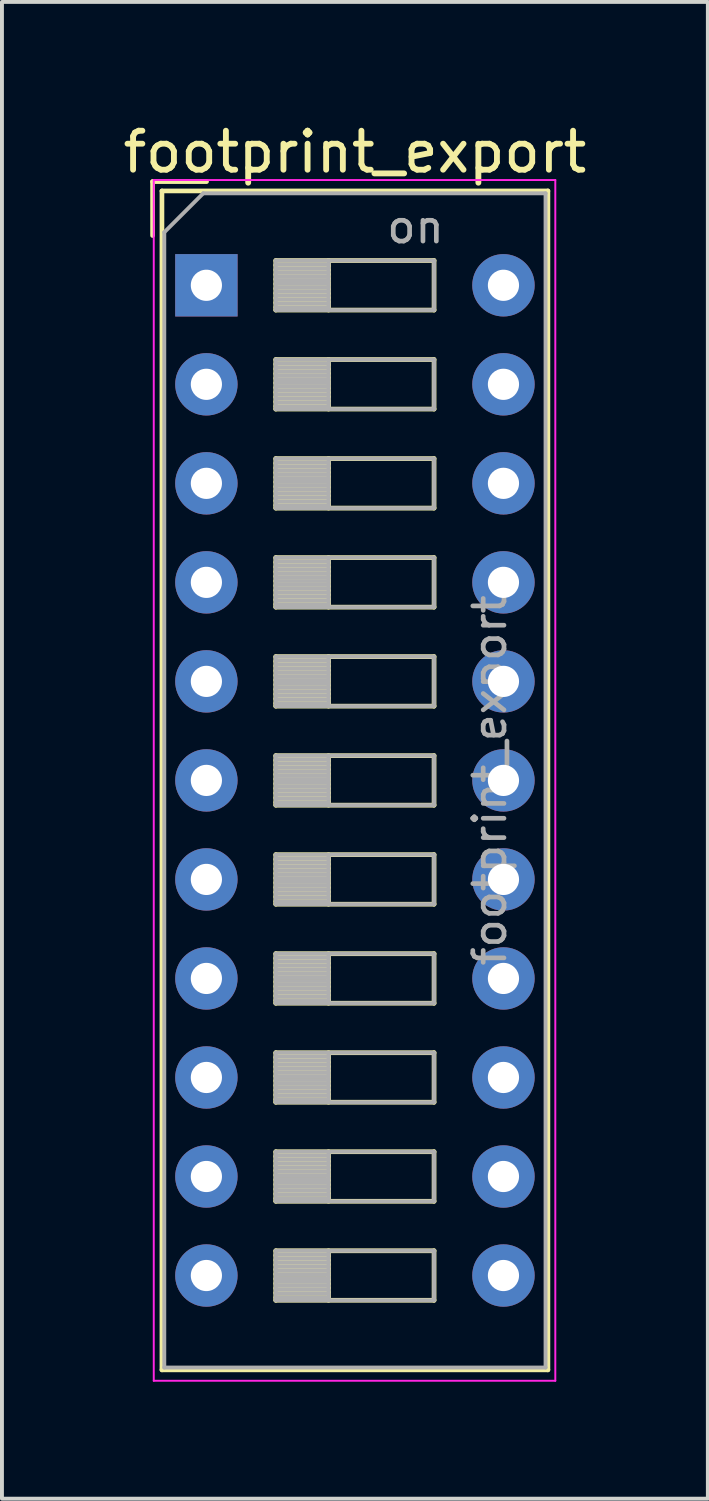
<source format=kicad_pcb>
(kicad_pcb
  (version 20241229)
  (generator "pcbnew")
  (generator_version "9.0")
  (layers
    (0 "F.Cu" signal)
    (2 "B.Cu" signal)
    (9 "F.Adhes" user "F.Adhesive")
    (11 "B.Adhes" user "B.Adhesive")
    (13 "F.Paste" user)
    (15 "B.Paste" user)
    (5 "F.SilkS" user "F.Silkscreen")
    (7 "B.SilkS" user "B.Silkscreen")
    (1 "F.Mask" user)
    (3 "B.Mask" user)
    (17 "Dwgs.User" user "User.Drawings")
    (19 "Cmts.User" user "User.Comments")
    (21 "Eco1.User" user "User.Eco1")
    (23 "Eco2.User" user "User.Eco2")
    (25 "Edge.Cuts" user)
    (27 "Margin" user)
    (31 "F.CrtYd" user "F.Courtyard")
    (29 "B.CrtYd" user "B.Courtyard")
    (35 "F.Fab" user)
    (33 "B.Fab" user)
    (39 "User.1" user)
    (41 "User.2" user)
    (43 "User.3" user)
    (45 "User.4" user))
  (footprint "footprint_export"
    (layer "F.Cu")
    (at 2.244 4.268)
    (property "Reference" "footprint_export" (at 3.81 -3.42 0) (layer "F.SilkS") (effects (font (size 1 1) (thickness 0.15))))
    (attr through_hole)
    (fp_line (start -1.38 -2.66) (end -1.38 -1.277) (stroke (width 0.12) (type solid)) (layer "F.SilkS"))
    (fp_line (start -1.38 -2.66) (end 0.004 -2.66) (stroke (width 0.12) (type solid)) (layer "F.SilkS"))
    (fp_line (start -1.14 -2.42) (end -1.14 27.82) (stroke (width 0.12) (type solid)) (layer "F.SilkS"))
    (fp_line (start -1.14 -2.42) (end 8.76 -2.42) (stroke (width 0.12) (type solid)) (layer "F.SilkS"))
    (fp_line (start -1.14 27.82) (end 8.76 27.82) (stroke (width 0.12) (type solid)) (layer "F.SilkS"))
    (fp_line (start 1.78 -0.635) (end 1.78 0.635) (stroke (width 0.12) (type solid)) (layer "F.SilkS"))
    (fp_line (start 1.78 -0.515) (end 3.133 -0.515) (stroke (width 0.12) (type solid)) (layer "F.SilkS"))
    (fp_line (start 1.78 -0.395) (end 3.133 -0.395) (stroke (width 0.12) (type solid)) (layer "F.SilkS"))
    (fp_line (start 1.78 -0.275) (end 3.133 -0.275) (stroke (width 0.12) (type solid)) (layer "F.SilkS"))
    (fp_line (start 1.78 -0.155) (end 3.133 -0.155) (stroke (width 0.12) (type solid)) (layer "F.SilkS"))
    (fp_line (start 1.78 -0.035) (end 3.133 -0.035) (stroke (width 0.12) (type solid)) (layer "F.SilkS"))
    (fp_line (start 1.78 0.085) (end 3.133 0.085) (stroke (width 0.12) (type solid)) (layer "F.SilkS"))
    (fp_line (start 1.78 0.205) (end 3.133 0.205) (stroke (width 0.12) (type solid)) (layer "F.SilkS"))
    (fp_line (start 1.78 0.325) (end 3.133 0.325) (stroke (width 0.12) (type solid)) (layer "F.SilkS"))
    (fp_line (start 1.78 0.445) (end 3.133 0.445) (stroke (width 0.12) (type solid)) (layer "F.SilkS"))
    (fp_line (start 1.78 0.565) (end 3.133 0.565) (stroke (width 0.12) (type solid)) (layer "F.SilkS"))
    (fp_line (start 1.78 0.635) (end 5.84 0.635) (stroke (width 0.12) (type solid)) (layer "F.SilkS"))
    (fp_line (start 1.78 1.905) (end 1.78 3.175) (stroke (width 0.12) (type solid)) (layer "F.SilkS"))
    (fp_line (start 1.78 2.025) (end 3.133 2.025) (stroke (width 0.12) (type solid)) (layer "F.SilkS"))
    (fp_line (start 1.78 2.145) (end 3.133 2.145) (stroke (width 0.12) (type solid)) (layer "F.SilkS"))
    (fp_line (start 1.78 2.265) (end 3.133 2.265) (stroke (width 0.12) (type solid)) (layer "F.SilkS"))
    (fp_line (start 1.78 2.385) (end 3.133 2.385) (stroke (width 0.12) (type solid)) (layer "F.SilkS"))
    (fp_line (start 1.78 2.505) (end 3.133 2.505) (stroke (width 0.12) (type solid)) (layer "F.SilkS"))
    (fp_line (start 1.78 2.625) (end 3.133 2.625) (stroke (width 0.12) (type solid)) (layer "F.SilkS"))
    (fp_line (start 1.78 2.745) (end 3.133 2.745) (stroke (width 0.12) (type solid)) (layer "F.SilkS"))
    (fp_line (start 1.78 2.865) (end 3.133 2.865) (stroke (width 0.12) (type solid)) (layer "F.SilkS"))
    (fp_line (start 1.78 2.985) (end 3.133 2.985) (stroke (width 0.12) (type solid)) (layer "F.SilkS"))
    (fp_line (start 1.78 3.105) (end 3.133 3.105) (stroke (width 0.12) (type solid)) (layer "F.SilkS"))
    (fp_line (start 1.78 3.175) (end 5.84 3.175) (stroke (width 0.12) (type solid)) (layer "F.SilkS"))
    (fp_line (start 1.78 4.445) (end 1.78 5.715) (stroke (width 0.12) (type solid)) (layer "F.SilkS"))
    (fp_line (start 1.78 4.565) (end 3.133 4.565) (stroke (width 0.12) (type solid)) (layer "F.SilkS"))
    (fp_line (start 1.78 4.685) (end 3.133 4.685) (stroke (width 0.12) (type solid)) (layer "F.SilkS"))
    (fp_line (start 1.78 4.805) (end 3.133 4.805) (stroke (width 0.12) (type solid)) (layer "F.SilkS"))
    (fp_line (start 1.78 4.925) (end 3.133 4.925) (stroke (width 0.12) (type solid)) (layer "F.SilkS"))
    (fp_line (start 1.78 5.045) (end 3.133 5.045) (stroke (width 0.12) (type solid)) (layer "F.SilkS"))
    (fp_line (start 1.78 5.165) (end 3.133 5.165) (stroke (width 0.12) (type solid)) (layer "F.SilkS"))
    (fp_line (start 1.78 5.285) (end 3.133 5.285) (stroke (width 0.12) (type solid)) (layer "F.SilkS"))
    (fp_line (start 1.78 5.405) (end 3.133 5.405) (stroke (width 0.12) (type solid)) (layer "F.SilkS"))
    (fp_line (start 1.78 5.525) (end 3.133 5.525) (stroke (width 0.12) (type solid)) (layer "F.SilkS"))
    (fp_line (start 1.78 5.645) (end 3.133 5.645) (stroke (width 0.12) (type solid)) (layer "F.SilkS"))
    (fp_line (start 1.78 5.715) (end 5.84 5.715) (stroke (width 0.12) (type solid)) (layer "F.SilkS"))
    (fp_line (start 1.78 6.985) (end 1.78 8.255) (stroke (width 0.12) (type solid)) (layer "F.SilkS"))
    (fp_line (start 1.78 7.105) (end 3.133 7.105) (stroke (width 0.12) (type solid)) (layer "F.SilkS"))
    (fp_line (start 1.78 7.225) (end 3.133 7.225) (stroke (width 0.12) (type solid)) (layer "F.SilkS"))
    (fp_line (start 1.78 7.345) (end 3.133 7.345) (stroke (width 0.12) (type solid)) (layer "F.SilkS"))
    (fp_line (start 1.78 7.465) (end 3.133 7.465) (stroke (width 0.12) (type solid)) (layer "F.SilkS"))
    (fp_line (start 1.78 7.585) (end 3.133 7.585) (stroke (width 0.12) (type solid)) (layer "F.SilkS"))
    (fp_line (start 1.78 7.705) (end 3.133 7.705) (stroke (width 0.12) (type solid)) (layer "F.SilkS"))
    (fp_line (start 1.78 7.825) (end 3.133 7.825) (stroke (width 0.12) (type solid)) (layer "F.SilkS"))
    (fp_line (start 1.78 7.945) (end 3.133 7.945) (stroke (width 0.12) (type solid)) (layer "F.SilkS"))
    (fp_line (start 1.78 8.065) (end 3.133 8.065) (stroke (width 0.12) (type solid)) (layer "F.SilkS"))
    (fp_line (start 1.78 8.185) (end 3.133 8.185) (stroke (width 0.12) (type solid)) (layer "F.SilkS"))
    (fp_line (start 1.78 8.255) (end 5.84 8.255) (stroke (width 0.12) (type solid)) (layer "F.SilkS"))
    (fp_line (start 1.78 9.525) (end 1.78 10.795) (stroke (width 0.12) (type solid)) (layer "F.SilkS"))
    (fp_line (start 1.78 9.645) (end 3.133 9.645) (stroke (width 0.12) (type solid)) (layer "F.SilkS"))
    (fp_line (start 1.78 9.765) (end 3.133 9.765) (stroke (width 0.12) (type solid)) (layer "F.SilkS"))
    (fp_line (start 1.78 9.885) (end 3.133 9.885) (stroke (width 0.12) (type solid)) (layer "F.SilkS"))
    (fp_line (start 1.78 10.005) (end 3.133 10.005) (stroke (width 0.12) (type solid)) (layer "F.SilkS"))
    (fp_line (start 1.78 10.125) (end 3.133 10.125) (stroke (width 0.12) (type solid)) (layer "F.SilkS"))
    (fp_line (start 1.78 10.245) (end 3.133 10.245) (stroke (width 0.12) (type solid)) (layer "F.SilkS"))
    (fp_line (start 1.78 10.365) (end 3.133 10.365) (stroke (width 0.12) (type solid)) (layer "F.SilkS"))
    (fp_line (start 1.78 10.485) (end 3.133 10.485) (stroke (width 0.12) (type solid)) (layer "F.SilkS"))
    (fp_line (start 1.78 10.605) (end 3.133 10.605) (stroke (width 0.12) (type solid)) (layer "F.SilkS"))
    (fp_line (start 1.78 10.725) (end 3.133 10.725) (stroke (width 0.12) (type solid)) (layer "F.SilkS"))
    (fp_line (start 1.78 10.795) (end 5.84 10.795) (stroke (width 0.12) (type solid)) (layer "F.SilkS"))
    (fp_line (start 1.78 12.065) (end 1.78 13.335) (stroke (width 0.12) (type solid)) (layer "F.SilkS"))
    (fp_line (start 1.78 12.185) (end 3.133 12.185) (stroke (width 0.12) (type solid)) (layer "F.SilkS"))
    (fp_line (start 1.78 12.305) (end 3.133 12.305) (stroke (width 0.12) (type solid)) (layer "F.SilkS"))
    (fp_line (start 1.78 12.425) (end 3.133 12.425) (stroke (width 0.12) (type solid)) (layer "F.SilkS"))
    (fp_line (start 1.78 12.545) (end 3.133 12.545) (stroke (width 0.12) (type solid)) (layer "F.SilkS"))
    (fp_line (start 1.78 12.665) (end 3.133 12.665) (stroke (width 0.12) (type solid)) (layer "F.SilkS"))
    (fp_line (start 1.78 12.785) (end 3.133 12.785) (stroke (width 0.12) (type solid)) (layer "F.SilkS"))
    (fp_line (start 1.78 12.905) (end 3.133 12.905) (stroke (width 0.12) (type solid)) (layer "F.SilkS"))
    (fp_line (start 1.78 13.025) (end 3.133 13.025) (stroke (width 0.12) (type solid)) (layer "F.SilkS"))
    (fp_line (start 1.78 13.145) (end 3.133 13.145) (stroke (width 0.12) (type solid)) (layer "F.SilkS"))
    (fp_line (start 1.78 13.265) (end 3.133 13.265) (stroke (width 0.12) (type solid)) (layer "F.SilkS"))
    (fp_line (start 1.78 13.335) (end 5.84 13.335) (stroke (width 0.12) (type solid)) (layer "F.SilkS"))
    (fp_line (start 1.78 14.605) (end 1.78 15.875) (stroke (width 0.12) (type solid)) (layer "F.SilkS"))
    (fp_line (start 1.78 14.725) (end 3.133 14.725) (stroke (width 0.12) (type solid)) (layer "F.SilkS"))
    (fp_line (start 1.78 14.845) (end 3.133 14.845) (stroke (width 0.12) (type solid)) (layer "F.SilkS"))
    (fp_line (start 1.78 14.965) (end 3.133 14.965) (stroke (width 0.12) (type solid)) (layer "F.SilkS"))
    (fp_line (start 1.78 15.085) (end 3.133 15.085) (stroke (width 0.12) (type solid)) (layer "F.SilkS"))
    (fp_line (start 1.78 15.205) (end 3.133 15.205) (stroke (width 0.12) (type solid)) (layer "F.SilkS"))
    (fp_line (start 1.78 15.325) (end 3.133 15.325) (stroke (width 0.12) (type solid)) (layer "F.SilkS"))
    (fp_line (start 1.78 15.445) (end 3.133 15.445) (stroke (width 0.12) (type solid)) (layer "F.SilkS"))
    (fp_line (start 1.78 15.565) (end 3.133 15.565) (stroke (width 0.12) (type solid)) (layer "F.SilkS"))
    (fp_line (start 1.78 15.685) (end 3.133 15.685) (stroke (width 0.12) (type solid)) (layer "F.SilkS"))
    (fp_line (start 1.78 15.805) (end 3.133 15.805) (stroke (width 0.12) (type solid)) (layer "F.SilkS"))
    (fp_line (start 1.78 15.875) (end 5.84 15.875) (stroke (width 0.12) (type solid)) (layer "F.SilkS"))
    (fp_line (start 1.78 17.145) (end 1.78 18.415) (stroke (width 0.12) (type solid)) (layer "F.SilkS"))
    (fp_line (start 1.78 17.265) (end 3.133 17.265) (stroke (width 0.12) (type solid)) (layer "F.SilkS"))
    (fp_line (start 1.78 17.385) (end 3.133 17.385) (stroke (width 0.12) (type solid)) (layer "F.SilkS"))
    (fp_line (start 1.78 17.505) (end 3.133 17.505) (stroke (width 0.12) (type solid)) (layer "F.SilkS"))
    (fp_line (start 1.78 17.625) (end 3.133 17.625) (stroke (width 0.12) (type solid)) (layer "F.SilkS"))
    (fp_line (start 1.78 17.745) (end 3.133 17.745) (stroke (width 0.12) (type solid)) (layer "F.SilkS"))
    (fp_line (start 1.78 17.865) (end 3.133 17.865) (stroke (width 0.12) (type solid)) (layer "F.SilkS"))
    (fp_line (start 1.78 17.985) (end 3.133 17.985) (stroke (width 0.12) (type solid)) (layer "F.SilkS"))
    (fp_line (start 1.78 18.105) (end 3.133 18.105) (stroke (width 0.12) (type solid)) (layer "F.SilkS"))
    (fp_line (start 1.78 18.225) (end 3.133 18.225) (stroke (width 0.12) (type solid)) (layer "F.SilkS"))
    (fp_line (start 1.78 18.345) (end 3.133 18.345) (stroke (width 0.12) (type solid)) (layer "F.SilkS"))
    (fp_line (start 1.78 18.415) (end 5.84 18.415) (stroke (width 0.12) (type solid)) (layer "F.SilkS"))
    (fp_line (start 1.78 19.685) (end 1.78 20.955) (stroke (width 0.12) (type solid)) (layer "F.SilkS"))
    (fp_line (start 1.78 19.805) (end 3.133 19.805) (stroke (width 0.12) (type solid)) (layer "F.SilkS"))
    (fp_line (start 1.78 19.925) (end 3.133 19.925) (stroke (width 0.12) (type solid)) (layer "F.SilkS"))
    (fp_line (start 1.78 20.045) (end 3.133 20.045) (stroke (width 0.12) (type solid)) (layer "F.SilkS"))
    (fp_line (start 1.78 20.165) (end 3.133 20.165) (stroke (width 0.12) (type solid)) (layer "F.SilkS"))
    (fp_line (start 1.78 20.285) (end 3.133 20.285) (stroke (width 0.12) (type solid)) (layer "F.SilkS"))
    (fp_line (start 1.78 20.405) (end 3.133 20.405) (stroke (width 0.12) (type solid)) (layer "F.SilkS"))
    (fp_line (start 1.78 20.525) (end 3.133 20.525) (stroke (width 0.12) (type solid)) (layer "F.SilkS"))
    (fp_line (start 1.78 20.645) (end 3.133 20.645) (stroke (width 0.12) (type solid)) (layer "F.SilkS"))
    (fp_line (start 1.78 20.765) (end 3.133 20.765) (stroke (width 0.12) (type solid)) (layer "F.SilkS"))
    (fp_line (start 1.78 20.885) (end 3.133 20.885) (stroke (width 0.12) (type solid)) (layer "F.SilkS"))
    (fp_line (start 1.78 20.955) (end 5.84 20.955) (stroke (width 0.12) (type solid)) (layer "F.SilkS"))
    (fp_line (start 1.78 22.225) (end 1.78 23.495) (stroke (width 0.12) (type solid)) (layer "F.SilkS"))
    (fp_line (start 1.78 22.345) (end 3.133 22.345) (stroke (width 0.12) (type solid)) (layer "F.SilkS"))
    (fp_line (start 1.78 22.465) (end 3.133 22.465) (stroke (width 0.12) (type solid)) (layer "F.SilkS"))
    (fp_line (start 1.78 22.585) (end 3.133 22.585) (stroke (width 0.12) (type solid)) (layer "F.SilkS"))
    (fp_line (start 1.78 22.705) (end 3.133 22.705) (stroke (width 0.12) (type solid)) (layer "F.SilkS"))
    (fp_line (start 1.78 22.825) (end 3.133 22.825) (stroke (width 0.12) (type solid)) (layer "F.SilkS"))
    (fp_line (start 1.78 22.945) (end 3.133 22.945) (stroke (width 0.12) (type solid)) (layer "F.SilkS"))
    (fp_line (start 1.78 23.065) (end 3.133 23.065) (stroke (width 0.12) (type solid)) (layer "F.SilkS"))
    (fp_line (start 1.78 23.185) (end 3.133 23.185) (stroke (width 0.12) (type solid)) (layer "F.SilkS"))
    (fp_line (start 1.78 23.305) (end 3.133 23.305) (stroke (width 0.12) (type solid)) (layer "F.SilkS"))
    (fp_line (start 1.78 23.425) (end 3.133 23.425) (stroke (width 0.12) (type solid)) (layer "F.SilkS"))
    (fp_line (start 1.78 23.495) (end 5.84 23.495) (stroke (width 0.12) (type solid)) (layer "F.SilkS"))
    (fp_line (start 1.78 24.765) (end 1.78 26.035) (stroke (width 0.12) (type solid)) (layer "F.SilkS"))
    (fp_line (start 1.78 24.885) (end 3.133 24.885) (stroke (width 0.12) (type solid)) (layer "F.SilkS"))
    (fp_line (start 1.78 25.005) (end 3.133 25.005) (stroke (width 0.12) (type solid)) (layer "F.SilkS"))
    (fp_line (start 1.78 25.125) (end 3.133 25.125) (stroke (width 0.12) (type solid)) (layer "F.SilkS"))
    (fp_line (start 1.78 25.245) (end 3.133 25.245) (stroke (width 0.12) (type solid)) (layer "F.SilkS"))
    (fp_line (start 1.78 25.365) (end 3.133 25.365) (stroke (width 0.12) (type solid)) (layer "F.SilkS"))
    (fp_line (start 1.78 25.485) (end 3.133 25.485) (stroke (width 0.12) (type solid)) (layer "F.SilkS"))
    (fp_line (start 1.78 25.605) (end 3.133 25.605) (stroke (width 0.12) (type solid)) (layer "F.SilkS"))
    (fp_line (start 1.78 25.725) (end 3.133 25.725) (stroke (width 0.12) (type solid)) (layer "F.SilkS"))
    (fp_line (start 1.78 25.845) (end 3.133 25.845) (stroke (width 0.12) (type solid)) (layer "F.SilkS"))
    (fp_line (start 1.78 25.965) (end 3.133 25.965) (stroke (width 0.12) (type solid)) (layer "F.SilkS"))
    (fp_line (start 1.78 26.035) (end 5.84 26.035) (stroke (width 0.12) (type solid)) (layer "F.SilkS"))
    (fp_line (start 3.133 -0.635) (end 3.133 0.635) (stroke (width 0.12) (type solid)) (layer "F.SilkS"))
    (fp_line (start 3.133 1.905) (end 3.133 3.175) (stroke (width 0.12) (type solid)) (layer "F.SilkS"))
    (fp_line (start 3.133 4.445) (end 3.133 5.715) (stroke (width 0.12) (type solid)) (layer "F.SilkS"))
    (fp_line (start 3.133 6.985) (end 3.133 8.255) (stroke (width 0.12) (type solid)) (layer "F.SilkS"))
    (fp_line (start 3.133 9.525) (end 3.133 10.795) (stroke (width 0.12) (type solid)) (layer "F.SilkS"))
    (fp_line (start 3.133 12.065) (end 3.133 13.335) (stroke (width 0.12) (type solid)) (layer "F.SilkS"))
    (fp_line (start 3.133 14.605) (end 3.133 15.875) (stroke (width 0.12) (type solid)) (layer "F.SilkS"))
    (fp_line (start 3.133 17.145) (end 3.133 18.415) (stroke (width 0.12) (type solid)) (layer "F.SilkS"))
    (fp_line (start 3.133 19.685) (end 3.133 20.955) (stroke (width 0.12) (type solid)) (layer "F.SilkS"))
    (fp_line (start 3.133 22.225) (end 3.133 23.495) (stroke (width 0.12) (type solid)) (layer "F.SilkS"))
    (fp_line (start 3.133 24.765) (end 3.133 26.035) (stroke (width 0.12) (type solid)) (layer "F.SilkS"))
    (fp_line (start 5.84 -0.635) (end 1.78 -0.635) (stroke (width 0.12) (type solid)) (layer "F.SilkS"))
    (fp_line (start 5.84 0.635) (end 5.84 -0.635) (stroke (width 0.12) (type solid)) (layer "F.SilkS"))
    (fp_line (start 5.84 1.905) (end 1.78 1.905) (stroke (width 0.12) (type solid)) (layer "F.SilkS"))
    (fp_line (start 5.84 3.175) (end 5.84 1.905) (stroke (width 0.12) (type solid)) (layer "F.SilkS"))
    (fp_line (start 5.84 4.445) (end 1.78 4.445) (stroke (width 0.12) (type solid)) (layer "F.SilkS"))
    (fp_line (start 5.84 5.715) (end 5.84 4.445) (stroke (width 0.12) (type solid)) (layer "F.SilkS"))
    (fp_line (start 5.84 6.985) (end 1.78 6.985) (stroke (width 0.12) (type solid)) (layer "F.SilkS"))
    (fp_line (start 5.84 8.255) (end 5.84 6.985) (stroke (width 0.12) (type solid)) (layer "F.SilkS"))
    (fp_line (start 5.84 9.525) (end 1.78 9.525) (stroke (width 0.12) (type solid)) (layer "F.SilkS"))
    (fp_line (start 5.84 10.795) (end 5.84 9.525) (stroke (width 0.12) (type solid)) (layer "F.SilkS"))
    (fp_line (start 5.84 12.065) (end 1.78 12.065) (stroke (width 0.12) (type solid)) (layer "F.SilkS"))
    (fp_line (start 5.84 13.335) (end 5.84 12.065) (stroke (width 0.12) (type solid)) (layer "F.SilkS"))
    (fp_line (start 5.84 14.605) (end 1.78 14.605) (stroke (width 0.12) (type solid)) (layer "F.SilkS"))
    (fp_line (start 5.84 15.875) (end 5.84 14.605) (stroke (width 0.12) (type solid)) (layer "F.SilkS"))
    (fp_line (start 5.84 17.145) (end 1.78 17.145) (stroke (width 0.12) (type solid)) (layer "F.SilkS"))
    (fp_line (start 5.84 18.415) (end 5.84 17.145) (stroke (width 0.12) (type solid)) (layer "F.SilkS"))
    (fp_line (start 5.84 19.685) (end 1.78 19.685) (stroke (width 0.12) (type solid)) (layer "F.SilkS"))
    (fp_line (start 5.84 20.955) (end 5.84 19.685) (stroke (width 0.12) (type solid)) (layer "F.SilkS"))
    (fp_line (start 5.84 22.225) (end 1.78 22.225) (stroke (width 0.12) (type solid)) (layer "F.SilkS"))
    (fp_line (start 5.84 23.495) (end 5.84 22.225) (stroke (width 0.12) (type solid)) (layer "F.SilkS"))
    (fp_line (start 5.84 24.765) (end 1.78 24.765) (stroke (width 0.12) (type solid)) (layer "F.SilkS"))
    (fp_line (start 5.84 26.035) (end 5.84 24.765) (stroke (width 0.12) (type solid)) (layer "F.SilkS"))
    (fp_line (start 8.76 -2.42) (end 8.76 27.82) (stroke (width 0.12) (type solid)) (layer "F.SilkS"))
    (fp_line (start -1.35 -2.7) (end -1.35 28.1) (stroke (width 0.05) (type solid)) (layer "F.CrtYd"))
    (fp_line (start -1.35 28.1) (end 8.95 28.1) (stroke (width 0.05) (type solid)) (layer "F.CrtYd"))
    (fp_line (start 8.95 -2.7) (end -1.35 -2.7) (stroke (width 0.05) (type solid)) (layer "F.CrtYd"))
    (fp_line (start 8.95 28.1) (end 8.95 -2.7) (stroke (width 0.05) (type solid)) (layer "F.CrtYd"))
    (fp_line (start -1.08 -1.36) (end -0.08 -2.36) (stroke (width 0.1) (type solid)) (layer "F.Fab"))
    (fp_line (start -1.08 27.76) (end -1.08 -1.36) (stroke (width 0.1) (type solid)) (layer "F.Fab"))
    (fp_line (start -0.08 -2.36) (end 8.7 -2.36) (stroke (width 0.1) (type solid)) (layer "F.Fab"))
    (fp_line (start 1.78 -0.635) (end 1.78 0.635) (stroke (width 0.1) (type solid)) (layer "F.Fab"))
    (fp_line (start 1.78 -0.535) (end 3.133 -0.535) (stroke (width 0.1) (type solid)) (layer "F.Fab"))
    (fp_line (start 1.78 -0.435) (end 3.133 -0.435) (stroke (width 0.1) (type solid)) (layer "F.Fab"))
    (fp_line (start 1.78 -0.335) (end 3.133 -0.335) (stroke (width 0.1) (type solid)) (layer "F.Fab"))
    (fp_line (start 1.78 -0.235) (end 3.133 -0.235) (stroke (width 0.1) (type solid)) (layer "F.Fab"))
    (fp_line (start 1.78 -0.135) (end 3.133 -0.135) (stroke (width 0.1) (type solid)) (layer "F.Fab"))
    (fp_line (start 1.78 -0.035) (end 3.133 -0.035) (stroke (width 0.1) (type solid)) (layer "F.Fab"))
    (fp_line (start 1.78 0.065) (end 3.133 0.065) (stroke (width 0.1) (type solid)) (layer "F.Fab"))
    (fp_line (start 1.78 0.165) (end 3.133 0.165) (stroke (width 0.1) (type solid)) (layer "F.Fab"))
    (fp_line (start 1.78 0.265) (end 3.133 0.265) (stroke (width 0.1) (type solid)) (layer "F.Fab"))
    (fp_line (start 1.78 0.365) (end 3.133 0.365) (stroke (width 0.1) (type solid)) (layer "F.Fab"))
    (fp_line (start 1.78 0.465) (end 3.133 0.465) (stroke (width 0.1) (type solid)) (layer "F.Fab"))
    (fp_line (start 1.78 0.565) (end 3.133 0.565) (stroke (width 0.1) (type solid)) (layer "F.Fab"))
    (fp_line (start 1.78 0.635) (end 5.84 0.635) (stroke (width 0.1) (type solid)) (layer "F.Fab"))
    (fp_line (start 1.78 1.905) (end 1.78 3.175) (stroke (width 0.1) (type solid)) (layer "F.Fab"))
    (fp_line (start 1.78 2.005) (end 3.133 2.005) (stroke (width 0.1) (type solid)) (layer "F.Fab"))
    (fp_line (start 1.78 2.105) (end 3.133 2.105) (stroke (width 0.1) (type solid)) (layer "F.Fab"))
    (fp_line (start 1.78 2.205) (end 3.133 2.205) (stroke (width 0.1) (type solid)) (layer "F.Fab"))
    (fp_line (start 1.78 2.305) (end 3.133 2.305) (stroke (width 0.1) (type solid)) (layer "F.Fab"))
    (fp_line (start 1.78 2.405) (end 3.133 2.405) (stroke (width 0.1) (type solid)) (layer "F.Fab"))
    (fp_line (start 1.78 2.505) (end 3.133 2.505) (stroke (width 0.1) (type solid)) (layer "F.Fab"))
    (fp_line (start 1.78 2.605) (end 3.133 2.605) (stroke (width 0.1) (type solid)) (layer "F.Fab"))
    (fp_line (start 1.78 2.705) (end 3.133 2.705) (stroke (width 0.1) (type solid)) (layer "F.Fab"))
    (fp_line (start 1.78 2.805) (end 3.133 2.805) (stroke (width 0.1) (type solid)) (layer "F.Fab"))
    (fp_line (start 1.78 2.905) (end 3.133 2.905) (stroke (width 0.1) (type solid)) (layer "F.Fab"))
    (fp_line (start 1.78 3.005) (end 3.133 3.005) (stroke (width 0.1) (type solid)) (layer "F.Fab"))
    (fp_line (start 1.78 3.105) (end 3.133 3.105) (stroke (width 0.1) (type solid)) (layer "F.Fab"))
    (fp_line (start 1.78 3.175) (end 5.84 3.175) (stroke (width 0.1) (type solid)) (layer "F.Fab"))
    (fp_line (start 1.78 4.445) (end 1.78 5.715) (stroke (width 0.1) (type solid)) (layer "F.Fab"))
    (fp_line (start 1.78 4.545) (end 3.133 4.545) (stroke (width 0.1) (type solid)) (layer "F.Fab"))
    (fp_line (start 1.78 4.645) (end 3.133 4.645) (stroke (width 0.1) (type solid)) (layer "F.Fab"))
    (fp_line (start 1.78 4.745) (end 3.133 4.745) (stroke (width 0.1) (type solid)) (layer "F.Fab"))
    (fp_line (start 1.78 4.845) (end 3.133 4.845) (stroke (width 0.1) (type solid)) (layer "F.Fab"))
    (fp_line (start 1.78 4.945) (end 3.133 4.945) (stroke (width 0.1) (type solid)) (layer "F.Fab"))
    (fp_line (start 1.78 5.045) (end 3.133 5.045) (stroke (width 0.1) (type solid)) (layer "F.Fab"))
    (fp_line (start 1.78 5.145) (end 3.133 5.145) (stroke (width 0.1) (type solid)) (layer "F.Fab"))
    (fp_line (start 1.78 5.245) (end 3.133 5.245) (stroke (width 0.1) (type solid)) (layer "F.Fab"))
    (fp_line (start 1.78 5.345) (end 3.133 5.345) (stroke (width 0.1) (type solid)) (layer "F.Fab"))
    (fp_line (start 1.78 5.445) (end 3.133 5.445) (stroke (width 0.1) (type solid)) (layer "F.Fab"))
    (fp_line (start 1.78 5.545) (end 3.133 5.545) (stroke (width 0.1) (type solid)) (layer "F.Fab"))
    (fp_line (start 1.78 5.645) (end 3.133 5.645) (stroke (width 0.1) (type solid)) (layer "F.Fab"))
    (fp_line (start 1.78 5.715) (end 5.84 5.715) (stroke (width 0.1) (type solid)) (layer "F.Fab"))
    (fp_line (start 1.78 6.985) (end 1.78 8.255) (stroke (width 0.1) (type solid)) (layer "F.Fab"))
    (fp_line (start 1.78 7.085) (end 3.133 7.085) (stroke (width 0.1) (type solid)) (layer "F.Fab"))
    (fp_line (start 1.78 7.185) (end 3.133 7.185) (stroke (width 0.1) (type solid)) (layer "F.Fab"))
    (fp_line (start 1.78 7.285) (end 3.133 7.285) (stroke (width 0.1) (type solid)) (layer "F.Fab"))
    (fp_line (start 1.78 7.385) (end 3.133 7.385) (stroke (width 0.1) (type solid)) (layer "F.Fab"))
    (fp_line (start 1.78 7.485) (end 3.133 7.485) (stroke (width 0.1) (type solid)) (layer "F.Fab"))
    (fp_line (start 1.78 7.585) (end 3.133 7.585) (stroke (width 0.1) (type solid)) (layer "F.Fab"))
    (fp_line (start 1.78 7.685) (end 3.133 7.685) (stroke (width 0.1) (type solid)) (layer "F.Fab"))
    (fp_line (start 1.78 7.785) (end 3.133 7.785) (stroke (width 0.1) (type solid)) (layer "F.Fab"))
    (fp_line (start 1.78 7.885) (end 3.133 7.885) (stroke (width 0.1) (type solid)) (layer "F.Fab"))
    (fp_line (start 1.78 7.985) (end 3.133 7.985) (stroke (width 0.1) (type solid)) (layer "F.Fab"))
    (fp_line (start 1.78 8.085) (end 3.133 8.085) (stroke (width 0.1) (type solid)) (layer "F.Fab"))
    (fp_line (start 1.78 8.185) (end 3.133 8.185) (stroke (width 0.1) (type solid)) (layer "F.Fab"))
    (fp_line (start 1.78 8.255) (end 5.84 8.255) (stroke (width 0.1) (type solid)) (layer "F.Fab"))
    (fp_line (start 1.78 9.525) (end 1.78 10.795) (stroke (width 0.1) (type solid)) (layer "F.Fab"))
    (fp_line (start 1.78 9.625) (end 3.133 9.625) (stroke (width 0.1) (type solid)) (layer "F.Fab"))
    (fp_line (start 1.78 9.725) (end 3.133 9.725) (stroke (width 0.1) (type solid)) (layer "F.Fab"))
    (fp_line (start 1.78 9.825) (end 3.133 9.825) (stroke (width 0.1) (type solid)) (layer "F.Fab"))
    (fp_line (start 1.78 9.925) (end 3.133 9.925) (stroke (width 0.1) (type solid)) (layer "F.Fab"))
    (fp_line (start 1.78 10.025) (end 3.133 10.025) (stroke (width 0.1) (type solid)) (layer "F.Fab"))
    (fp_line (start 1.78 10.125) (end 3.133 10.125) (stroke (width 0.1) (type solid)) (layer "F.Fab"))
    (fp_line (start 1.78 10.225) (end 3.133 10.225) (stroke (width 0.1) (type solid)) (layer "F.Fab"))
    (fp_line (start 1.78 10.325) (end 3.133 10.325) (stroke (width 0.1) (type solid)) (layer "F.Fab"))
    (fp_line (start 1.78 10.425) (end 3.133 10.425) (stroke (width 0.1) (type solid)) (layer "F.Fab"))
    (fp_line (start 1.78 10.525) (end 3.133 10.525) (stroke (width 0.1) (type solid)) (layer "F.Fab"))
    (fp_line (start 1.78 10.625) (end 3.133 10.625) (stroke (width 0.1) (type solid)) (layer "F.Fab"))
    (fp_line (start 1.78 10.725) (end 3.133 10.725) (stroke (width 0.1) (type solid)) (layer "F.Fab"))
    (fp_line (start 1.78 10.795) (end 5.84 10.795) (stroke (width 0.1) (type solid)) (layer "F.Fab"))
    (fp_line (start 1.78 12.065) (end 1.78 13.335) (stroke (width 0.1) (type solid)) (layer "F.Fab"))
    (fp_line (start 1.78 12.165) (end 3.133 12.165) (stroke (width 0.1) (type solid)) (layer "F.Fab"))
    (fp_line (start 1.78 12.265) (end 3.133 12.265) (stroke (width 0.1) (type solid)) (layer "F.Fab"))
    (fp_line (start 1.78 12.365) (end 3.133 12.365) (stroke (width 0.1) (type solid)) (layer "F.Fab"))
    (fp_line (start 1.78 12.465) (end 3.133 12.465) (stroke (width 0.1) (type solid)) (layer "F.Fab"))
    (fp_line (start 1.78 12.565) (end 3.133 12.565) (stroke (width 0.1) (type solid)) (layer "F.Fab"))
    (fp_line (start 1.78 12.665) (end 3.133 12.665) (stroke (width 0.1) (type solid)) (layer "F.Fab"))
    (fp_line (start 1.78 12.765) (end 3.133 12.765) (stroke (width 0.1) (type solid)) (layer "F.Fab"))
    (fp_line (start 1.78 12.865) (end 3.133 12.865) (stroke (width 0.1) (type solid)) (layer "F.Fab"))
    (fp_line (start 1.78 12.965) (end 3.133 12.965) (stroke (width 0.1) (type solid)) (layer "F.Fab"))
    (fp_line (start 1.78 13.065) (end 3.133 13.065) (stroke (width 0.1) (type solid)) (layer "F.Fab"))
    (fp_line (start 1.78 13.165) (end 3.133 13.165) (stroke (width 0.1) (type solid)) (layer "F.Fab"))
    (fp_line (start 1.78 13.265) (end 3.133 13.265) (stroke (width 0.1) (type solid)) (layer "F.Fab"))
    (fp_line (start 1.78 13.335) (end 5.84 13.335) (stroke (width 0.1) (type solid)) (layer "F.Fab"))
    (fp_line (start 1.78 14.605) (end 1.78 15.875) (stroke (width 0.1) (type solid)) (layer "F.Fab"))
    (fp_line (start 1.78 14.705) (end 3.133 14.705) (stroke (width 0.1) (type solid)) (layer "F.Fab"))
    (fp_line (start 1.78 14.805) (end 3.133 14.805) (stroke (width 0.1) (type solid)) (layer "F.Fab"))
    (fp_line (start 1.78 14.905) (end 3.133 14.905) (stroke (width 0.1) (type solid)) (layer "F.Fab"))
    (fp_line (start 1.78 15.005) (end 3.133 15.005) (stroke (width 0.1) (type solid)) (layer "F.Fab"))
    (fp_line (start 1.78 15.105) (end 3.133 15.105) (stroke (width 0.1) (type solid)) (layer "F.Fab"))
    (fp_line (start 1.78 15.205) (end 3.133 15.205) (stroke (width 0.1) (type solid)) (layer "F.Fab"))
    (fp_line (start 1.78 15.305) (end 3.133 15.305) (stroke (width 0.1) (type solid)) (layer "F.Fab"))
    (fp_line (start 1.78 15.405) (end 3.133 15.405) (stroke (width 0.1) (type solid)) (layer "F.Fab"))
    (fp_line (start 1.78 15.505) (end 3.133 15.505) (stroke (width 0.1) (type solid)) (layer "F.Fab"))
    (fp_line (start 1.78 15.605) (end 3.133 15.605) (stroke (width 0.1) (type solid)) (layer "F.Fab"))
    (fp_line (start 1.78 15.705) (end 3.133 15.705) (stroke (width 0.1) (type solid)) (layer "F.Fab"))
    (fp_line (start 1.78 15.805) (end 3.133 15.805) (stroke (width 0.1) (type solid)) (layer "F.Fab"))
    (fp_line (start 1.78 15.875) (end 5.84 15.875) (stroke (width 0.1) (type solid)) (layer "F.Fab"))
    (fp_line (start 1.78 17.145) (end 1.78 18.415) (stroke (width 0.1) (type solid)) (layer "F.Fab"))
    (fp_line (start 1.78 17.245) (end 3.133 17.245) (stroke (width 0.1) (type solid)) (layer "F.Fab"))
    (fp_line (start 1.78 17.345) (end 3.133 17.345) (stroke (width 0.1) (type solid)) (layer "F.Fab"))
    (fp_line (start 1.78 17.445) (end 3.133 17.445) (stroke (width 0.1) (type solid)) (layer "F.Fab"))
    (fp_line (start 1.78 17.545) (end 3.133 17.545) (stroke (width 0.1) (type solid)) (layer "F.Fab"))
    (fp_line (start 1.78 17.645) (end 3.133 17.645) (stroke (width 0.1) (type solid)) (layer "F.Fab"))
    (fp_line (start 1.78 17.745) (end 3.133 17.745) (stroke (width 0.1) (type solid)) (layer "F.Fab"))
    (fp_line (start 1.78 17.845) (end 3.133 17.845) (stroke (width 0.1) (type solid)) (layer "F.Fab"))
    (fp_line (start 1.78 17.945) (end 3.133 17.945) (stroke (width 0.1) (type solid)) (layer "F.Fab"))
    (fp_line (start 1.78 18.045) (end 3.133 18.045) (stroke (width 0.1) (type solid)) (layer "F.Fab"))
    (fp_line (start 1.78 18.145) (end 3.133 18.145) (stroke (width 0.1) (type solid)) (layer "F.Fab"))
    (fp_line (start 1.78 18.245) (end 3.133 18.245) (stroke (width 0.1) (type solid)) (layer "F.Fab"))
    (fp_line (start 1.78 18.345) (end 3.133 18.345) (stroke (width 0.1) (type solid)) (layer "F.Fab"))
    (fp_line (start 1.78 18.415) (end 5.84 18.415) (stroke (width 0.1) (type solid)) (layer "F.Fab"))
    (fp_line (start 1.78 19.685) (end 1.78 20.955) (stroke (width 0.1) (type solid)) (layer "F.Fab"))
    (fp_line (start 1.78 19.785) (end 3.133 19.785) (stroke (width 0.1) (type solid)) (layer "F.Fab"))
    (fp_line (start 1.78 19.885) (end 3.133 19.885) (stroke (width 0.1) (type solid)) (layer "F.Fab"))
    (fp_line (start 1.78 19.985) (end 3.133 19.985) (stroke (width 0.1) (type solid)) (layer "F.Fab"))
    (fp_line (start 1.78 20.085) (end 3.133 20.085) (stroke (width 0.1) (type solid)) (layer "F.Fab"))
    (fp_line (start 1.78 20.185) (end 3.133 20.185) (stroke (width 0.1) (type solid)) (layer "F.Fab"))
    (fp_line (start 1.78 20.285) (end 3.133 20.285) (stroke (width 0.1) (type solid)) (layer "F.Fab"))
    (fp_line (start 1.78 20.385) (end 3.133 20.385) (stroke (width 0.1) (type solid)) (layer "F.Fab"))
    (fp_line (start 1.78 20.485) (end 3.133 20.485) (stroke (width 0.1) (type solid)) (layer "F.Fab"))
    (fp_line (start 1.78 20.585) (end 3.133 20.585) (stroke (width 0.1) (type solid)) (layer "F.Fab"))
    (fp_line (start 1.78 20.685) (end 3.133 20.685) (stroke (width 0.1) (type solid)) (layer "F.Fab"))
    (fp_line (start 1.78 20.785) (end 3.133 20.785) (stroke (width 0.1) (type solid)) (layer "F.Fab"))
    (fp_line (start 1.78 20.885) (end 3.133 20.885) (stroke (width 0.1) (type solid)) (layer "F.Fab"))
    (fp_line (start 1.78 20.955) (end 5.84 20.955) (stroke (width 0.1) (type solid)) (layer "F.Fab"))
    (fp_line (start 1.78 22.225) (end 1.78 23.495) (stroke (width 0.1) (type solid)) (layer "F.Fab"))
    (fp_line (start 1.78 22.325) (end 3.133 22.325) (stroke (width 0.1) (type solid)) (layer "F.Fab"))
    (fp_line (start 1.78 22.425) (end 3.133 22.425) (stroke (width 0.1) (type solid)) (layer "F.Fab"))
    (fp_line (start 1.78 22.525) (end 3.133 22.525) (stroke (width 0.1) (type solid)) (layer "F.Fab"))
    (fp_line (start 1.78 22.625) (end 3.133 22.625) (stroke (width 0.1) (type solid)) (layer "F.Fab"))
    (fp_line (start 1.78 22.725) (end 3.133 22.725) (stroke (width 0.1) (type solid)) (layer "F.Fab"))
    (fp_line (start 1.78 22.825) (end 3.133 22.825) (stroke (width 0.1) (type solid)) (layer "F.Fab"))
    (fp_line (start 1.78 22.925) (end 3.133 22.925) (stroke (width 0.1) (type solid)) (layer "F.Fab"))
    (fp_line (start 1.78 23.025) (end 3.133 23.025) (stroke (width 0.1) (type solid)) (layer "F.Fab"))
    (fp_line (start 1.78 23.125) (end 3.133 23.125) (stroke (width 0.1) (type solid)) (layer "F.Fab"))
    (fp_line (start 1.78 23.225) (end 3.133 23.225) (stroke (width 0.1) (type solid)) (layer "F.Fab"))
    (fp_line (start 1.78 23.325) (end 3.133 23.325) (stroke (width 0.1) (type solid)) (layer "F.Fab"))
    (fp_line (start 1.78 23.425) (end 3.133 23.425) (stroke (width 0.1) (type solid)) (layer "F.Fab"))
    (fp_line (start 1.78 23.495) (end 5.84 23.495) (stroke (width 0.1) (type solid)) (layer "F.Fab"))
    (fp_line (start 1.78 24.765) (end 1.78 26.035) (stroke (width 0.1) (type solid)) (layer "F.Fab"))
    (fp_line (start 1.78 24.865) (end 3.133 24.865) (stroke (width 0.1) (type solid)) (layer "F.Fab"))
    (fp_line (start 1.78 24.965) (end 3.133 24.965) (stroke (width 0.1) (type solid)) (layer "F.Fab"))
    (fp_line (start 1.78 25.065) (end 3.133 25.065) (stroke (width 0.1) (type solid)) (layer "F.Fab"))
    (fp_line (start 1.78 25.165) (end 3.133 25.165) (stroke (width 0.1) (type solid)) (layer "F.Fab"))
    (fp_line (start 1.78 25.265) (end 3.133 25.265) (stroke (width 0.1) (type solid)) (layer "F.Fab"))
    (fp_line (start 1.78 25.365) (end 3.133 25.365) (stroke (width 0.1) (type solid)) (layer "F.Fab"))
    (fp_line (start 1.78 25.465) (end 3.133 25.465) (stroke (width 0.1) (type solid)) (layer "F.Fab"))
    (fp_line (start 1.78 25.565) (end 3.133 25.565) (stroke (width 0.1) (type solid)) (layer "F.Fab"))
    (fp_line (start 1.78 25.665) (end 3.133 25.665) (stroke (width 0.1) (type solid)) (layer "F.Fab"))
    (fp_line (start 1.78 25.765) (end 3.133 25.765) (stroke (width 0.1) (type solid)) (layer "F.Fab"))
    (fp_line (start 1.78 25.865) (end 3.133 25.865) (stroke (width 0.1) (type solid)) (layer "F.Fab"))
    (fp_line (start 1.78 25.965) (end 3.133 25.965) (stroke (width 0.1) (type solid)) (layer "F.Fab"))
    (fp_line (start 1.78 26.035) (end 5.84 26.035) (stroke (width 0.1) (type solid)) (layer "F.Fab"))
    (fp_line (start 3.133 -0.635) (end 3.133 0.635) (stroke (width 0.1) (type solid)) (layer "F.Fab"))
    (fp_line (start 3.133 1.905) (end 3.133 3.175) (stroke (width 0.1) (type solid)) (layer "F.Fab"))
    (fp_line (start 3.133 4.445) (end 3.133 5.715) (stroke (width 0.1) (type solid)) (layer "F.Fab"))
    (fp_line (start 3.133 6.985) (end 3.133 8.255) (stroke (width 0.1) (type solid)) (layer "F.Fab"))
    (fp_line (start 3.133 9.525) (end 3.133 10.795) (stroke (width 0.1) (type solid)) (layer "F.Fab"))
    (fp_line (start 3.133 12.065) (end 3.133 13.335) (stroke (width 0.1) (type solid)) (layer "F.Fab"))
    (fp_line (start 3.133 14.605) (end 3.133 15.875) (stroke (width 0.1) (type solid)) (layer "F.Fab"))
    (fp_line (start 3.133 17.145) (end 3.133 18.415) (stroke (width 0.1) (type solid)) (layer "F.Fab"))
    (fp_line (start 3.133 19.685) (end 3.133 20.955) (stroke (width 0.1) (type solid)) (layer "F.Fab"))
    (fp_line (start 3.133 22.225) (end 3.133 23.495) (stroke (width 0.1) (type solid)) (layer "F.Fab"))
    (fp_line (start 3.133 24.765) (end 3.133 26.035) (stroke (width 0.1) (type solid)) (layer "F.Fab"))
    (fp_line (start 5.84 -0.635) (end 1.78 -0.635) (stroke (width 0.1) (type solid)) (layer "F.Fab"))
    (fp_line (start 5.84 0.635) (end 5.84 -0.635) (stroke (width 0.1) (type solid)) (layer "F.Fab"))
    (fp_line (start 5.84 1.905) (end 1.78 1.905) (stroke (width 0.1) (type solid)) (layer "F.Fab"))
    (fp_line (start 5.84 3.175) (end 5.84 1.905) (stroke (width 0.1) (type solid)) (layer "F.Fab"))
    (fp_line (start 5.84 4.445) (end 1.78 4.445) (stroke (width 0.1) (type solid)) (layer "F.Fab"))
    (fp_line (start 5.84 5.715) (end 5.84 4.445) (stroke (width 0.1) (type solid)) (layer "F.Fab"))
    (fp_line (start 5.84 6.985) (end 1.78 6.985) (stroke (width 0.1) (type solid)) (layer "F.Fab"))
    (fp_line (start 5.84 8.255) (end 5.84 6.985) (stroke (width 0.1) (type solid)) (layer "F.Fab"))
    (fp_line (start 5.84 9.525) (end 1.78 9.525) (stroke (width 0.1) (type solid)) (layer "F.Fab"))
    (fp_line (start 5.84 10.795) (end 5.84 9.525) (stroke (width 0.1) (type solid)) (layer "F.Fab"))
    (fp_line (start 5.84 12.065) (end 1.78 12.065) (stroke (width 0.1) (type solid)) (layer "F.Fab"))
    (fp_line (start 5.84 13.335) (end 5.84 12.065) (stroke (width 0.1) (type solid)) (layer "F.Fab"))
    (fp_line (start 5.84 14.605) (end 1.78 14.605) (stroke (width 0.1) (type solid)) (layer "F.Fab"))
    (fp_line (start 5.84 15.875) (end 5.84 14.605) (stroke (width 0.1) (type solid)) (layer "F.Fab"))
    (fp_line (start 5.84 17.145) (end 1.78 17.145) (stroke (width 0.1) (type solid)) (layer "F.Fab"))
    (fp_line (start 5.84 18.415) (end 5.84 17.145) (stroke (width 0.1) (type solid)) (layer "F.Fab"))
    (fp_line (start 5.84 19.685) (end 1.78 19.685) (stroke (width 0.1) (type solid)) (layer "F.Fab"))
    (fp_line (start 5.84 20.955) (end 5.84 19.685) (stroke (width 0.1) (type solid)) (layer "F.Fab"))
    (fp_line (start 5.84 22.225) (end 1.78 22.225) (stroke (width 0.1) (type solid)) (layer "F.Fab"))
    (fp_line (start 5.84 23.495) (end 5.84 22.225) (stroke (width 0.1) (type solid)) (layer "F.Fab"))
    (fp_line (start 5.84 24.765) (end 1.78 24.765) (stroke (width 0.1) (type solid)) (layer "F.Fab"))
    (fp_line (start 5.84 26.035) (end 5.84 24.765) (stroke (width 0.1) (type solid)) (layer "F.Fab"))
    (fp_line (start 8.7 -2.36) (end 8.7 27.76) (stroke (width 0.1) (type solid)) (layer "F.Fab"))
    (fp_line (start 8.7 27.76) (end -1.08 27.76) (stroke (width 0.1) (type solid)) (layer "F.Fab"))
    (fp_text user "${REFERENCE}" (at 7.27 12.7 90) (layer "F.Fab") (effects (font (size 0.8 0.8) (thickness 0.12))))
    (fp_text user "on" (at 5.365 -1.498 0) (layer "F.Fab") (effects (font (size 0.8 0.8) (thickness 0.12))))
    (pad "1" thru_hole rect (at 0 0) (size 1.6 1.6) (drill 0.8) (layers "*.Cu" "*.Mask"))
    (pad "2" thru_hole oval (at 0 2.54) (size 1.6 1.6) (drill 0.8) (layers "*.Cu" "*.Mask"))
    (pad "3" thru_hole oval (at 0 5.08) (size 1.6 1.6) (drill 0.8) (layers "*.Cu" "*.Mask"))
    (pad "4" thru_hole oval (at 0 7.62) (size 1.6 1.6) (drill 0.8) (layers "*.Cu" "*.Mask"))
    (pad "5" thru_hole oval (at 0 10.16) (size 1.6 1.6) (drill 0.8) (layers "*.Cu" "*.Mask"))
    (pad "6" thru_hole oval (at 0 12.7) (size 1.6 1.6) (drill 0.8) (layers "*.Cu" "*.Mask"))
    (pad "7" thru_hole oval (at 0 15.24) (size 1.6 1.6) (drill 0.8) (layers "*.Cu" "*.Mask"))
    (pad "8" thru_hole oval (at 0 17.78) (size 1.6 1.6) (drill 0.8) (layers "*.Cu" "*.Mask"))
    (pad "9" thru_hole oval (at 0 20.32) (size 1.6 1.6) (drill 0.8) (layers "*.Cu" "*.Mask"))
    (pad "10" thru_hole oval (at 0 22.86) (size 1.6 1.6) (drill 0.8) (layers "*.Cu" "*.Mask"))
    (pad "11" thru_hole oval (at 0 25.4) (size 1.6 1.6) (drill 0.8) (layers "*.Cu" "*.Mask"))
    (pad "12" thru_hole oval (at 7.62 25.4) (size 1.6 1.6) (drill 0.8) (layers "*.Cu" "*.Mask"))
    (pad "13" thru_hole oval (at 7.62 22.86) (size 1.6 1.6) (drill 0.8) (layers "*.Cu" "*.Mask"))
    (pad "14" thru_hole oval (at 7.62 20.32) (size 1.6 1.6) (drill 0.8) (layers "*.Cu" "*.Mask"))
    (pad "15" thru_hole oval (at 7.62 17.78) (size 1.6 1.6) (drill 0.8) (layers "*.Cu" "*.Mask"))
    (pad "16" thru_hole oval (at 7.62 15.24) (size 1.6 1.6) (drill 0.8) (layers "*.Cu" "*.Mask"))
    (pad "17" thru_hole oval (at 7.62 12.7) (size 1.6 1.6) (drill 0.8) (layers "*.Cu" "*.Mask"))
    (pad "18" thru_hole oval (at 7.62 10.16) (size 1.6 1.6) (drill 0.8) (layers "*.Cu" "*.Mask"))
    (pad "19" thru_hole oval (at 7.62 7.62) (size 1.6 1.6) (drill 0.8) (layers "*.Cu" "*.Mask"))
    (pad "20" thru_hole oval (at 7.62 5.08) (size 1.6 1.6) (drill 0.8) (layers "*.Cu" "*.Mask"))
    (pad "21" thru_hole oval (at 7.62 2.54) (size 1.6 1.6) (drill 0.8) (layers "*.Cu" "*.Mask"))
    (pad "22" thru_hole oval (at 7.62 0) (size 1.6 1.6) (drill 0.8) (layers "*.Cu" "*.Mask")))
  (gr_rect
    (start -3 -3)
    (end 15.107 35.393)
    (stroke (width 0.1) (type default))
    (fill no)
    (layer "Edge.Cuts")))
</source>
